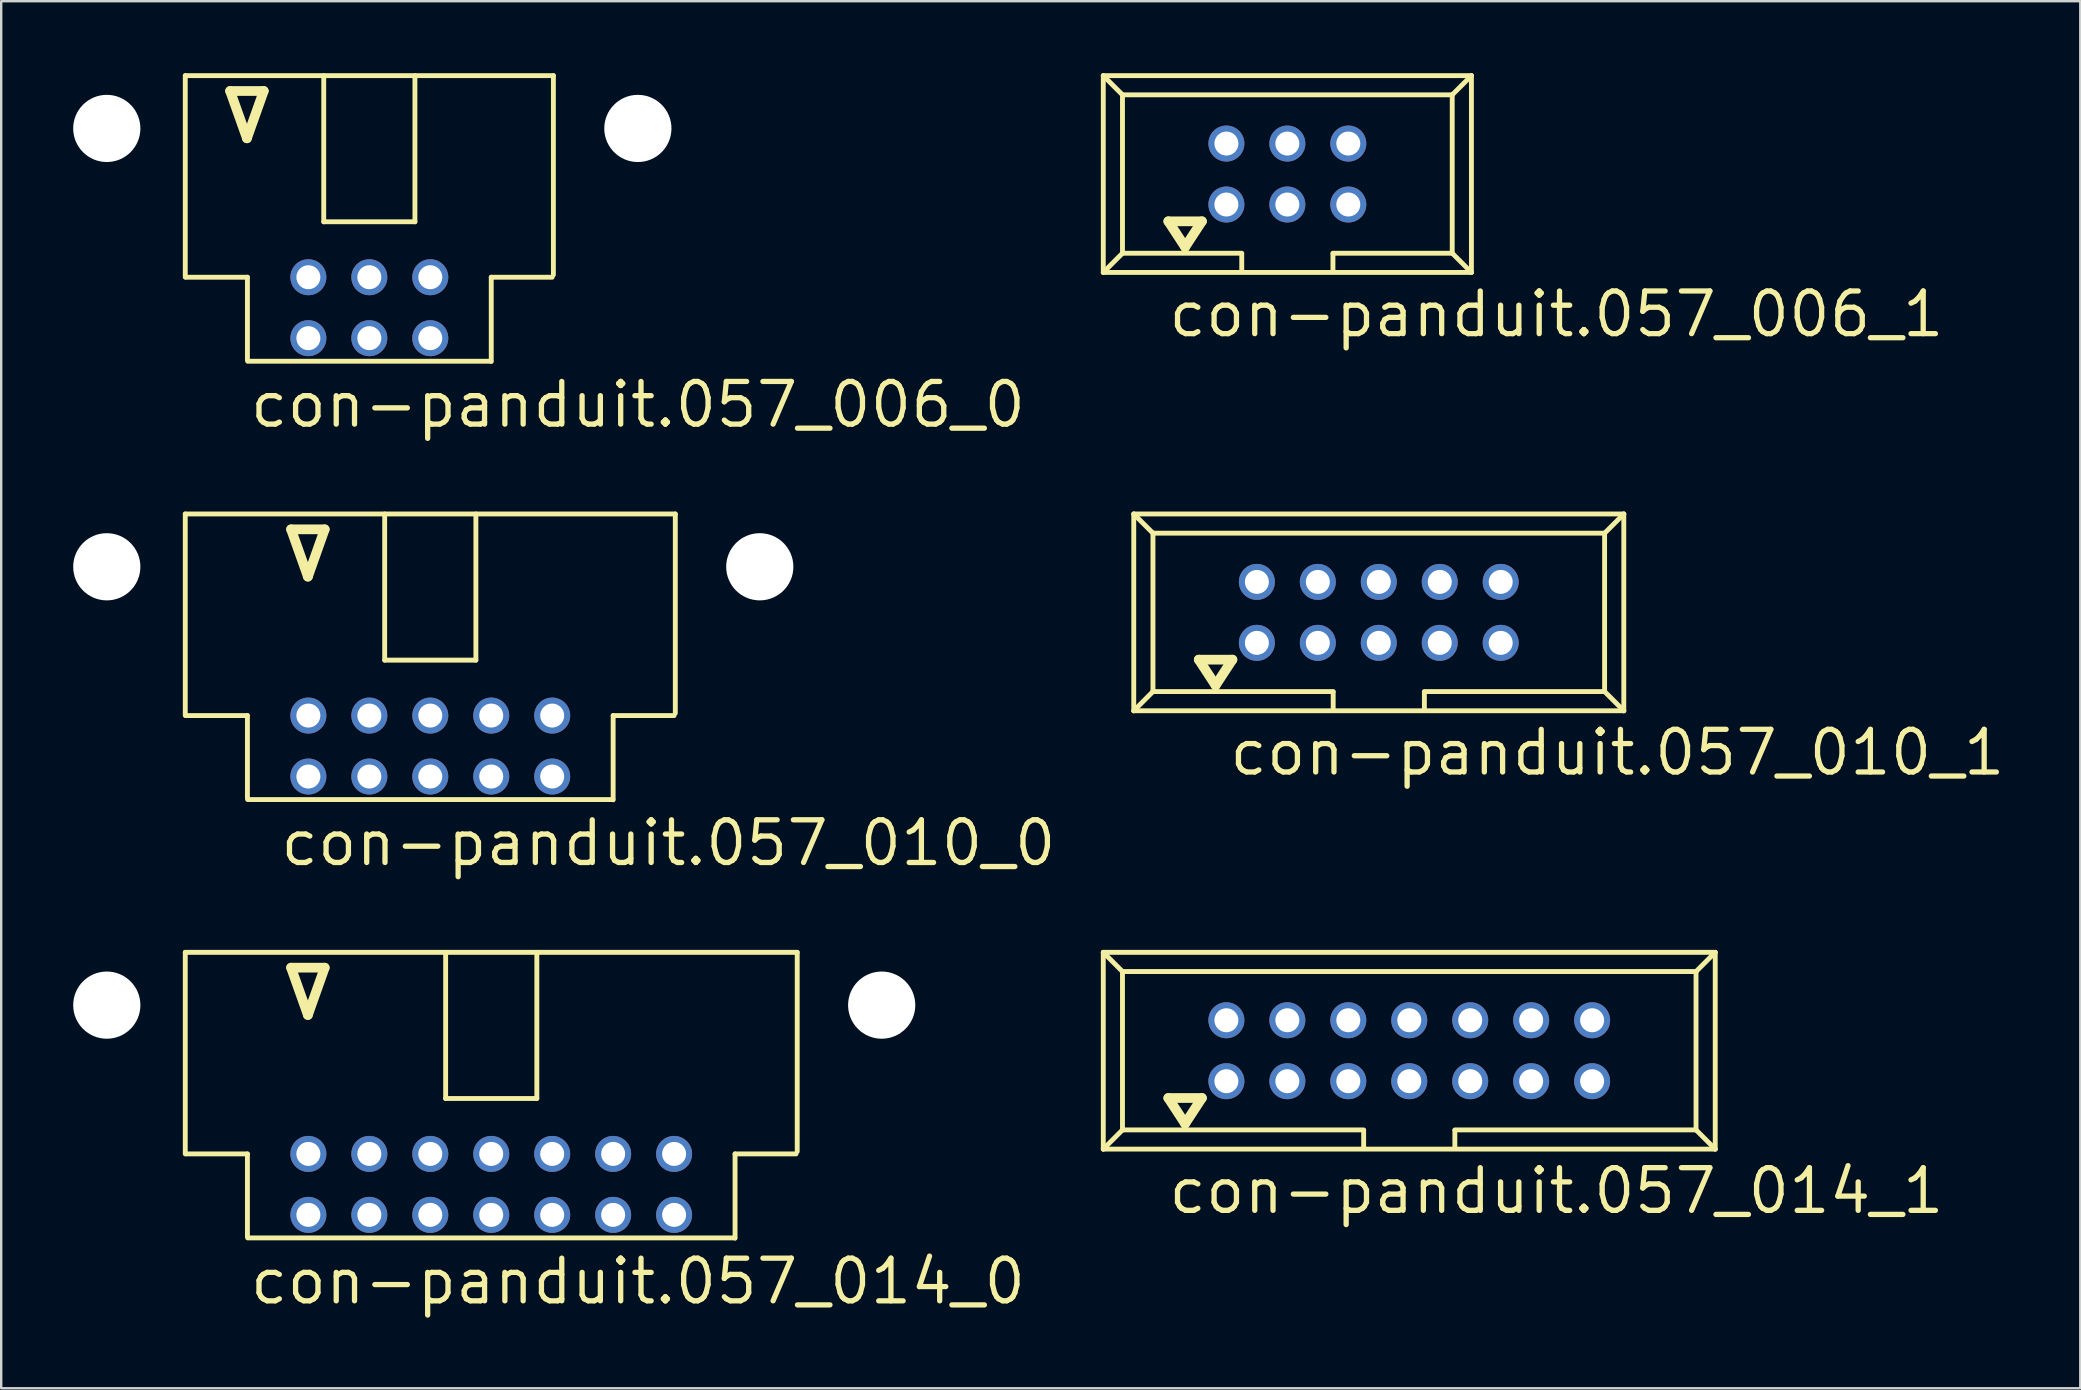
<source format=kicad_pcb>
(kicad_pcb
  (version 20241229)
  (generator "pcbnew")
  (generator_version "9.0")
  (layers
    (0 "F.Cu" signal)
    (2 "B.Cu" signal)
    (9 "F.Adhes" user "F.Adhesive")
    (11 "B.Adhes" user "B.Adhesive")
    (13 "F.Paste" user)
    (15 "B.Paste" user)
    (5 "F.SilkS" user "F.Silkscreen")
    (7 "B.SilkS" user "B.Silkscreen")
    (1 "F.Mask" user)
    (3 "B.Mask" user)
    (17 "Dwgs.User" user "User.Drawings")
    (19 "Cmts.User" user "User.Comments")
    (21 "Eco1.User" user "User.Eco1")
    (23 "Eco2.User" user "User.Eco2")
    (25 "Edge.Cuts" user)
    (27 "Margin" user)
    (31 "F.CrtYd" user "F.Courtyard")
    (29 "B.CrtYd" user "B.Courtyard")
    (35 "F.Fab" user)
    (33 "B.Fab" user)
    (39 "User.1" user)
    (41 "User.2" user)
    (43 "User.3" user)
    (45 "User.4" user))
  (footprint "con-panduit.057_014_1"
    (layer "F.Cu")
    (at 55.674 40.734)
    (property "Reference" "con-panduit.057_014_1" (at -10.14 6.88 0) (layer "F.SilkS") (effects (font (size 1.778 1.778) (thickness 0.22)) (justify left bottom)))
    (attr through_hole)
    (fp_line (start -12.75 -4.1) (end -11.95 -3.3) (stroke (width 0.203) (type default)) (layer "F.SilkS"))
    (fp_line (start -12.75 4.1) (end -12.75 -4.1) (stroke (width 0.203) (type default)) (layer "F.SilkS"))
    (fp_line (start -12.75 4.1) (end -11.95 3.3) (stroke (width 0.203) (type default)) (layer "F.SilkS"))
    (fp_line (start -12.75 4.1) (end 12.75 4.1) (stroke (width 0.203) (type default)) (layer "F.SilkS"))
    (fp_line (start -11.95 -3.3) (end 11.95 -3.3) (stroke (width 0.203) (type default)) (layer "F.SilkS"))
    (fp_line (start -11.95 3.3) (end -11.95 -3.3) (stroke (width 0.203) (type default)) (layer "F.SilkS"))
    (fp_line (start -10.04 1.97) (end -9.34 3.04) (stroke (width 0.406) (type default)) (layer "F.SilkS"))
    (fp_line (start -9.34 3.04) (end -8.64 1.97) (stroke (width 0.406) (type default)) (layer "F.SilkS"))
    (fp_line (start -8.64 1.97) (end -10.04 1.97) (stroke (width 0.406) (type default)) (layer "F.SilkS"))
    (fp_line (start -1.9 3.3) (end -11.95 3.3) (stroke (width 0.203) (type default)) (layer "F.SilkS"))
    (fp_line (start -1.9 3.32) (end -1.9 4.03) (stroke (width 0.203) (type default)) (layer "F.SilkS"))
    (fp_line (start 1.9 3.32) (end 1.9 4.03) (stroke (width 0.203) (type default)) (layer "F.SilkS"))
    (fp_line (start 11.95 -3.3) (end 11.95 3.3) (stroke (width 0.203) (type default)) (layer "F.SilkS"))
    (fp_line (start 11.95 3.3) (end 1.9 3.3) (stroke (width 0.203) (type default)) (layer "F.SilkS"))
    (fp_line (start 11.95 3.3) (end 12.75 4.1) (stroke (width 0.203) (type default)) (layer "F.SilkS"))
    (fp_line (start 12.75 -4.1) (end -12.75 -4.1) (stroke (width 0.203) (type default)) (layer "F.SilkS"))
    (fp_line (start 12.75 -4.1) (end 11.95 -3.3) (stroke (width 0.203) (type default)) (layer "F.SilkS"))
    (fp_line (start 12.75 4.1) (end 12.75 -4.1) (stroke (width 0.203) (type default)) (layer "F.SilkS"))
    (pad "1" thru_hole circle (at -7.62 1.27) (size 1.5 1.5) (drill 1) (layers "*.Cu" "*.Mask"))
    (pad "2" thru_hole circle (at -7.62 -1.27) (size 1.5 1.5) (drill 1) (layers "*.Cu" "*.Mask"))
    (pad "3" thru_hole circle (at -5.08 1.27) (size 1.5 1.5) (drill 1) (layers "*.Cu" "*.Mask"))
    (pad "4" thru_hole circle (at -5.08 -1.27) (size 1.5 1.5) (drill 1) (layers "*.Cu" "*.Mask"))
    (pad "5" thru_hole circle (at -2.54 1.27) (size 1.5 1.5) (drill 1) (layers "*.Cu" "*.Mask"))
    (pad "6" thru_hole circle (at -2.54 -1.27) (size 1.5 1.5) (drill 1) (layers "*.Cu" "*.Mask"))
    (pad "7" thru_hole circle (at 0 1.27) (size 1.5 1.5) (drill 1) (layers "*.Cu" "*.Mask"))
    (pad "8" thru_hole circle (at 0 -1.27) (size 1.5 1.5) (drill 1) (layers "*.Cu" "*.Mask"))
    (pad "9" thru_hole circle (at 2.54 1.27) (size 1.5 1.5) (drill 1) (layers "*.Cu" "*.Mask"))
    (pad "10" thru_hole circle (at 2.54 -1.27) (size 1.5 1.5) (drill 1) (layers "*.Cu" "*.Mask"))
    (pad "11" thru_hole circle (at 5.08 1.27) (size 1.5 1.5) (drill 1) (layers "*.Cu" "*.Mask"))
    (pad "12" thru_hole circle (at 5.08 -1.27) (size 1.5 1.5) (drill 1) (layers "*.Cu" "*.Mask"))
    (pad "13" thru_hole circle (at 7.62 1.27) (size 1.5 1.5) (drill 1) (layers "*.Cu" "*.Mask"))
    (pad "14" thru_hole circle (at 7.62 -1.27) (size 1.5 1.5) (drill 1) (layers "*.Cu" "*.Mask")))
  (footprint "con-panduit.057_014_0"
    (layer "F.Cu")
    (at 17.42 42.494)
    (property "Reference" "con-panduit.057_014_0" (at -10.16 8.89 0) (layer "F.SilkS") (effects (font (size 1.778 1.778) (thickness 0.22)) (justify left bottom)))
    (attr through_hole)
    (fp_line (start -12.75 -5.86) (end 12.75 -5.86) (stroke (width 0.203) (type default)) (layer "F.SilkS"))
    (fp_line (start -12.75 2.54) (end -12.75 -5.86) (stroke (width 0.203) (type default)) (layer "F.SilkS"))
    (fp_line (start -12.7 2.54) (end -10.16 2.54) (stroke (width 0.203) (type default)) (layer "F.SilkS"))
    (fp_line (start -10.16 2.54) (end -10.16 5.98) (stroke (width 0.203) (type default)) (layer "F.SilkS"))
    (fp_line (start -8.34 -5.22) (end -7.64 -3.25) (stroke (width 0.406) (type default)) (layer "F.SilkS"))
    (fp_line (start -7.64 -3.25) (end -6.94 -5.22) (stroke (width 0.406) (type default)) (layer "F.SilkS"))
    (fp_line (start -6.94 -5.22) (end -8.34 -5.22) (stroke (width 0.406) (type default)) (layer "F.SilkS"))
    (fp_line (start -1.9 0.23) (end -1.9 -5.86) (stroke (width 0.203) (type default)) (layer "F.SilkS"))
    (fp_line (start -1.9 0.23) (end 1.9 0.23) (stroke (width 0.203) (type default)) (layer "F.SilkS"))
    (fp_line (start 1.9 0.23) (end 1.9 -5.86) (stroke (width 0.203) (type default)) (layer "F.SilkS"))
    (fp_line (start 10.15 6.04) (end -10.15 6.04) (stroke (width 0.203) (type default)) (layer "F.SilkS"))
    (fp_line (start 10.16 2.54) (end 10.16 6.05) (stroke (width 0.203) (type default)) (layer "F.SilkS"))
    (fp_line (start 12.7 2.54) (end 10.16 2.54) (stroke (width 0.203) (type default)) (layer "F.SilkS"))
    (fp_line (start 12.75 -5.86) (end 12.75 2.44) (stroke (width 0.203) (type default)) (layer "F.SilkS"))
    (pad "" np_thru_hole circle (at -16.02 -3.66) (size 2.8 2.8) (drill 2.8) (layers "*.Cu" "*.Mask"))
    (pad "" np_thru_hole circle (at 16.27 -3.66) (size 2.8 2.8) (drill 2.8) (layers "*.Cu" "*.Mask"))
    (pad "1" thru_hole circle (at -7.62 5.08) (size 1.5 1.5) (drill 1) (layers "*.Cu" "*.Mask"))
    (pad "2" thru_hole circle (at -7.62 2.54) (size 1.5 1.5) (drill 1) (layers "*.Cu" "*.Mask"))
    (pad "3" thru_hole circle (at -5.08 5.08) (size 1.5 1.5) (drill 1) (layers "*.Cu" "*.Mask"))
    (pad "4" thru_hole circle (at -5.08 2.54) (size 1.5 1.5) (drill 1) (layers "*.Cu" "*.Mask"))
    (pad "5" thru_hole circle (at -2.54 5.08) (size 1.5 1.5) (drill 1) (layers "*.Cu" "*.Mask"))
    (pad "6" thru_hole circle (at -2.54 2.54) (size 1.5 1.5) (drill 1) (layers "*.Cu" "*.Mask"))
    (pad "7" thru_hole circle (at 0 5.08) (size 1.5 1.5) (drill 1) (layers "*.Cu" "*.Mask"))
    (pad "8" thru_hole circle (at 0 2.54) (size 1.5 1.5) (drill 1) (layers "*.Cu" "*.Mask"))
    (pad "9" thru_hole circle (at 2.54 5.08) (size 1.5 1.5) (drill 1) (layers "*.Cu" "*.Mask"))
    (pad "10" thru_hole circle (at 2.54 2.54) (size 1.5 1.5) (drill 1) (layers "*.Cu" "*.Mask"))
    (pad "11" thru_hole circle (at 5.08 5.08) (size 1.5 1.5) (drill 1) (layers "*.Cu" "*.Mask"))
    (pad "12" thru_hole circle (at 5.08 2.54) (size 1.5 1.5) (drill 1) (layers "*.Cu" "*.Mask"))
    (pad "13" thru_hole circle (at 7.62 5.08) (size 1.5 1.5) (drill 1) (layers "*.Cu" "*.Mask"))
    (pad "14" thru_hole circle (at 7.62 2.54) (size 1.5 1.5) (drill 1) (layers "*.Cu" "*.Mask")))
  (footprint "con-panduit.057_006_0"
    (layer "F.Cu")
    (at 12.34 5.962)
    (property "Reference" "con-panduit.057_006_0" (at -5.08 8.89 0) (layer "F.SilkS") (effects (font (size 1.778 1.778) (thickness 0.22)) (justify left bottom)))
    (attr through_hole)
    (fp_line (start -7.67 -5.86) (end 7.67 -5.86) (stroke (width 0.203) (type default)) (layer "F.SilkS"))
    (fp_line (start -7.67 2.54) (end -7.67 -5.86) (stroke (width 0.203) (type default)) (layer "F.SilkS"))
    (fp_line (start -7.62 2.54) (end -5.08 2.54) (stroke (width 0.203) (type default)) (layer "F.SilkS"))
    (fp_line (start -5.8 -5.22) (end -5.1 -3.25) (stroke (width 0.406) (type default)) (layer "F.SilkS"))
    (fp_line (start -5.1 -3.25) (end -4.4 -5.22) (stroke (width 0.406) (type default)) (layer "F.SilkS"))
    (fp_line (start -5.08 2.54) (end -5.08 5.98) (stroke (width 0.203) (type default)) (layer "F.SilkS"))
    (fp_line (start -4.4 -5.22) (end -5.8 -5.22) (stroke (width 0.406) (type default)) (layer "F.SilkS"))
    (fp_line (start -1.9 0.23) (end -1.9 -5.86) (stroke (width 0.203) (type default)) (layer "F.SilkS"))
    (fp_line (start -1.9 0.23) (end 1.9 0.23) (stroke (width 0.203) (type default)) (layer "F.SilkS"))
    (fp_line (start 1.9 0.23) (end 1.9 -5.86) (stroke (width 0.203) (type default)) (layer "F.SilkS"))
    (fp_line (start 5.07 6.04) (end -5.07 6.04) (stroke (width 0.203) (type default)) (layer "F.SilkS"))
    (fp_line (start 5.08 2.54) (end 5.08 6.05) (stroke (width 0.203) (type default)) (layer "F.SilkS"))
    (fp_line (start 7.62 2.54) (end 5.08 2.54) (stroke (width 0.203) (type default)) (layer "F.SilkS"))
    (fp_line (start 7.67 -5.86) (end 7.67 2.44) (stroke (width 0.203) (type default)) (layer "F.SilkS"))
    (pad "" np_thru_hole circle (at -10.94 -3.66) (size 2.8 2.8) (drill 2.8) (layers "*.Cu" "*.Mask"))
    (pad "" np_thru_hole circle (at 11.19 -3.66) (size 2.8 2.8) (drill 2.8) (layers "*.Cu" "*.Mask"))
    (pad "1" thru_hole circle (at -2.54 5.08) (size 1.5 1.5) (drill 1) (layers "*.Cu" "*.Mask"))
    (pad "2" thru_hole circle (at -2.54 2.54) (size 1.5 1.5) (drill 1) (layers "*.Cu" "*.Mask"))
    (pad "3" thru_hole circle (at 0 5.08) (size 1.5 1.5) (drill 1) (layers "*.Cu" "*.Mask"))
    (pad "4" thru_hole circle (at 0 2.54) (size 1.5 1.5) (drill 1) (layers "*.Cu" "*.Mask"))
    (pad "5" thru_hole circle (at 2.54 5.08) (size 1.5 1.5) (drill 1) (layers "*.Cu" "*.Mask"))
    (pad "6" thru_hole circle (at 2.54 2.54) (size 1.5 1.5) (drill 1) (layers "*.Cu" "*.Mask")))
  (footprint "con-panduit.057_010_1"
    (layer "F.Cu")
    (at 54.404 22.468)
    (property "Reference" "con-panduit.057_010_1" (at -6.33 6.88 0) (layer "F.SilkS") (effects (font (size 1.778 1.778) (thickness 0.22)) (justify left bottom)))
    (attr through_hole)
    (fp_line (start -10.21 -4.1) (end -9.41 -3.3) (stroke (width 0.203) (type default)) (layer "F.SilkS"))
    (fp_line (start -10.21 4.1) (end -10.21 -4.1) (stroke (width 0.203) (type default)) (layer "F.SilkS"))
    (fp_line (start -10.21 4.1) (end -9.41 3.3) (stroke (width 0.203) (type default)) (layer "F.SilkS"))
    (fp_line (start -10.21 4.1) (end 10.21 4.1) (stroke (width 0.203) (type default)) (layer "F.SilkS"))
    (fp_line (start -9.41 -3.3) (end 9.41 -3.3) (stroke (width 0.203) (type default)) (layer "F.SilkS"))
    (fp_line (start -9.41 3.3) (end -9.41 -3.3) (stroke (width 0.203) (type default)) (layer "F.SilkS"))
    (fp_line (start -7.5 1.97) (end -6.8 3.04) (stroke (width 0.406) (type default)) (layer "F.SilkS"))
    (fp_line (start -6.8 3.04) (end -6.1 1.97) (stroke (width 0.406) (type default)) (layer "F.SilkS"))
    (fp_line (start -6.1 1.97) (end -7.5 1.97) (stroke (width 0.406) (type default)) (layer "F.SilkS"))
    (fp_line (start -1.9 3.3) (end -9.41 3.3) (stroke (width 0.203) (type default)) (layer "F.SilkS"))
    (fp_line (start -1.9 3.32) (end -1.9 4.03) (stroke (width 0.203) (type default)) (layer "F.SilkS"))
    (fp_line (start 1.9 3.32) (end 1.9 4.03) (stroke (width 0.203) (type default)) (layer "F.SilkS"))
    (fp_line (start 9.41 -3.3) (end 9.41 3.3) (stroke (width 0.203) (type default)) (layer "F.SilkS"))
    (fp_line (start 9.41 3.3) (end 1.9 3.3) (stroke (width 0.203) (type default)) (layer "F.SilkS"))
    (fp_line (start 9.41 3.3) (end 10.21 4.1) (stroke (width 0.203) (type default)) (layer "F.SilkS"))
    (fp_line (start 10.21 -4.1) (end -10.21 -4.1) (stroke (width 0.203) (type default)) (layer "F.SilkS"))
    (fp_line (start 10.21 -4.1) (end 9.41 -3.3) (stroke (width 0.203) (type default)) (layer "F.SilkS"))
    (fp_line (start 10.21 4.1) (end 10.21 -4.1) (stroke (width 0.203) (type default)) (layer "F.SilkS"))
    (pad "1" thru_hole circle (at -5.08 1.27) (size 1.5 1.5) (drill 1) (layers "*.Cu" "*.Mask"))
    (pad "2" thru_hole circle (at -5.08 -1.27) (size 1.5 1.5) (drill 1) (layers "*.Cu" "*.Mask"))
    (pad "3" thru_hole circle (at -2.54 1.27) (size 1.5 1.5) (drill 1) (layers "*.Cu" "*.Mask"))
    (pad "4" thru_hole circle (at -2.54 -1.27) (size 1.5 1.5) (drill 1) (layers "*.Cu" "*.Mask"))
    (pad "5" thru_hole circle (at 0 1.27) (size 1.5 1.5) (drill 1) (layers "*.Cu" "*.Mask"))
    (pad "6" thru_hole circle (at 0 -1.27) (size 1.5 1.5) (drill 1) (layers "*.Cu" "*.Mask"))
    (pad "7" thru_hole circle (at 2.54 1.27) (size 1.5 1.5) (drill 1) (layers "*.Cu" "*.Mask"))
    (pad "8" thru_hole circle (at 2.54 -1.27) (size 1.5 1.5) (drill 1) (layers "*.Cu" "*.Mask"))
    (pad "9" thru_hole circle (at 5.08 1.27) (size 1.5 1.5) (drill 1) (layers "*.Cu" "*.Mask"))
    (pad "10" thru_hole circle (at 5.08 -1.27) (size 1.5 1.5) (drill 1) (layers "*.Cu" "*.Mask")))
  (footprint "con-panduit.057_010_0"
    (layer "F.Cu")
    (at 14.88 24.228)
    (property "Reference" "con-panduit.057_010_0" (at -6.35 8.89 0) (layer "F.SilkS") (effects (font (size 1.778 1.778) (thickness 0.22)) (justify left bottom)))
    (attr through_hole)
    (fp_line (start -10.21 -5.86) (end 10.21 -5.86) (stroke (width 0.203) (type default)) (layer "F.SilkS"))
    (fp_line (start -10.21 2.54) (end -10.21 -5.86) (stroke (width 0.203) (type default)) (layer "F.SilkS"))
    (fp_line (start -10.16 2.54) (end -7.62 2.54) (stroke (width 0.203) (type default)) (layer "F.SilkS"))
    (fp_line (start -7.62 2.54) (end -7.62 5.98) (stroke (width 0.203) (type default)) (layer "F.SilkS"))
    (fp_line (start -5.8 -5.22) (end -5.1 -3.25) (stroke (width 0.406) (type default)) (layer "F.SilkS"))
    (fp_line (start -5.1 -3.25) (end -4.4 -5.22) (stroke (width 0.406) (type default)) (layer "F.SilkS"))
    (fp_line (start -4.4 -5.22) (end -5.8 -5.22) (stroke (width 0.406) (type default)) (layer "F.SilkS"))
    (fp_line (start -1.9 0.23) (end -1.9 -5.86) (stroke (width 0.203) (type default)) (layer "F.SilkS"))
    (fp_line (start -1.9 0.23) (end 1.9 0.23) (stroke (width 0.203) (type default)) (layer "F.SilkS"))
    (fp_line (start 1.9 0.23) (end 1.9 -5.86) (stroke (width 0.203) (type default)) (layer "F.SilkS"))
    (fp_line (start 7.61 6.04) (end -7.61 6.04) (stroke (width 0.203) (type default)) (layer "F.SilkS"))
    (fp_line (start 7.62 2.54) (end 7.62 6.05) (stroke (width 0.203) (type default)) (layer "F.SilkS"))
    (fp_line (start 10.16 2.54) (end 7.62 2.54) (stroke (width 0.203) (type default)) (layer "F.SilkS"))
    (fp_line (start 10.21 -5.86) (end 10.21 2.44) (stroke (width 0.203) (type default)) (layer "F.SilkS"))
    (pad "" np_thru_hole circle (at -13.48 -3.66) (size 2.8 2.8) (drill 2.8) (layers "*.Cu" "*.Mask"))
    (pad "" np_thru_hole circle (at 13.73 -3.66) (size 2.8 2.8) (drill 2.8) (layers "*.Cu" "*.Mask"))
    (pad "1" thru_hole circle (at -5.08 5.08) (size 1.5 1.5) (drill 1) (layers "*.Cu" "*.Mask"))
    (pad "2" thru_hole circle (at -5.08 2.54) (size 1.5 1.5) (drill 1) (layers "*.Cu" "*.Mask"))
    (pad "3" thru_hole circle (at -2.54 5.08) (size 1.5 1.5) (drill 1) (layers "*.Cu" "*.Mask"))
    (pad "4" thru_hole circle (at -2.54 2.54) (size 1.5 1.5) (drill 1) (layers "*.Cu" "*.Mask"))
    (pad "5" thru_hole circle (at 0 5.08) (size 1.5 1.5) (drill 1) (layers "*.Cu" "*.Mask"))
    (pad "6" thru_hole circle (at 0 2.54) (size 1.5 1.5) (drill 1) (layers "*.Cu" "*.Mask"))
    (pad "7" thru_hole circle (at 2.54 5.08) (size 1.5 1.5) (drill 1) (layers "*.Cu" "*.Mask"))
    (pad "8" thru_hole circle (at 2.54 2.54) (size 1.5 1.5) (drill 1) (layers "*.Cu" "*.Mask"))
    (pad "9" thru_hole circle (at 5.08 5.08) (size 1.5 1.5) (drill 1) (layers "*.Cu" "*.Mask"))
    (pad "10" thru_hole circle (at 5.08 2.54) (size 1.5 1.5) (drill 1) (layers "*.Cu" "*.Mask")))
  (footprint "con-panduit.057_006_1"
    (layer "F.Cu")
    (at 50.594 4.202)
    (property "Reference" "con-panduit.057_006_1" (at -5.06 6.88 0) (layer "F.SilkS") (effects (font (size 1.778 1.778) (thickness 0.22)) (justify left bottom)))
    (attr through_hole)
    (fp_line (start -7.67 -4.1) (end -6.87 -3.3) (stroke (width 0.203) (type default)) (layer "F.SilkS"))
    (fp_line (start -7.67 4.1) (end -7.67 -4.1) (stroke (width 0.203) (type default)) (layer "F.SilkS"))
    (fp_line (start -7.67 4.1) (end -6.87 3.3) (stroke (width 0.203) (type default)) (layer "F.SilkS"))
    (fp_line (start -7.67 4.1) (end 7.67 4.1) (stroke (width 0.203) (type default)) (layer "F.SilkS"))
    (fp_line (start -6.87 -3.3) (end 6.87 -3.3) (stroke (width 0.203) (type default)) (layer "F.SilkS"))
    (fp_line (start -6.87 3.3) (end -6.87 -3.3) (stroke (width 0.203) (type default)) (layer "F.SilkS"))
    (fp_line (start -4.96 1.97) (end -4.26 3.04) (stroke (width 0.406) (type default)) (layer "F.SilkS"))
    (fp_line (start -4.26 3.04) (end -3.56 1.97) (stroke (width 0.406) (type default)) (layer "F.SilkS"))
    (fp_line (start -3.56 1.97) (end -4.96 1.97) (stroke (width 0.406) (type default)) (layer "F.SilkS"))
    (fp_line (start -1.9 3.3) (end -6.87 3.3) (stroke (width 0.203) (type default)) (layer "F.SilkS"))
    (fp_line (start -1.9 3.32) (end -1.9 4.03) (stroke (width 0.203) (type default)) (layer "F.SilkS"))
    (fp_line (start 1.9 3.32) (end 1.9 4.03) (stroke (width 0.203) (type default)) (layer "F.SilkS"))
    (fp_line (start 6.87 -3.3) (end 6.87 3.3) (stroke (width 0.203) (type default)) (layer "F.SilkS"))
    (fp_line (start 6.87 3.3) (end 1.9 3.3) (stroke (width 0.203) (type default)) (layer "F.SilkS"))
    (fp_line (start 6.87 3.3) (end 7.67 4.1) (stroke (width 0.203) (type default)) (layer "F.SilkS"))
    (fp_line (start 7.67 -4.1) (end -7.67 -4.1) (stroke (width 0.203) (type default)) (layer "F.SilkS"))
    (fp_line (start 7.67 -4.1) (end 6.87 -3.3) (stroke (width 0.203) (type default)) (layer "F.SilkS"))
    (fp_line (start 7.67 4.1) (end 7.67 -4.1) (stroke (width 0.203) (type default)) (layer "F.SilkS"))
    (pad "1" thru_hole circle (at -2.54 1.27) (size 1.5 1.5) (drill 1) (layers "*.Cu" "*.Mask"))
    (pad "2" thru_hole circle (at -2.54 -1.27) (size 1.5 1.5) (drill 1) (layers "*.Cu" "*.Mask"))
    (pad "3" thru_hole circle (at 0 1.27) (size 1.5 1.5) (drill 1) (layers "*.Cu" "*.Mask"))
    (pad "4" thru_hole circle (at 0 -1.27) (size 1.5 1.5) (drill 1) (layers "*.Cu" "*.Mask"))
    (pad "5" thru_hole circle (at 2.54 1.27) (size 1.5 1.5) (drill 1) (layers "*.Cu" "*.Mask"))
    (pad "6" thru_hole circle (at 2.54 -1.27) (size 1.5 1.5) (drill 1) (layers "*.Cu" "*.Mask")))
  (gr_rect
    (start -3 -3)
    (end 83.636 54.798)
    (stroke (width 0.1) (type default))
    (fill no)
    (layer "Edge.Cuts")))
</source>
